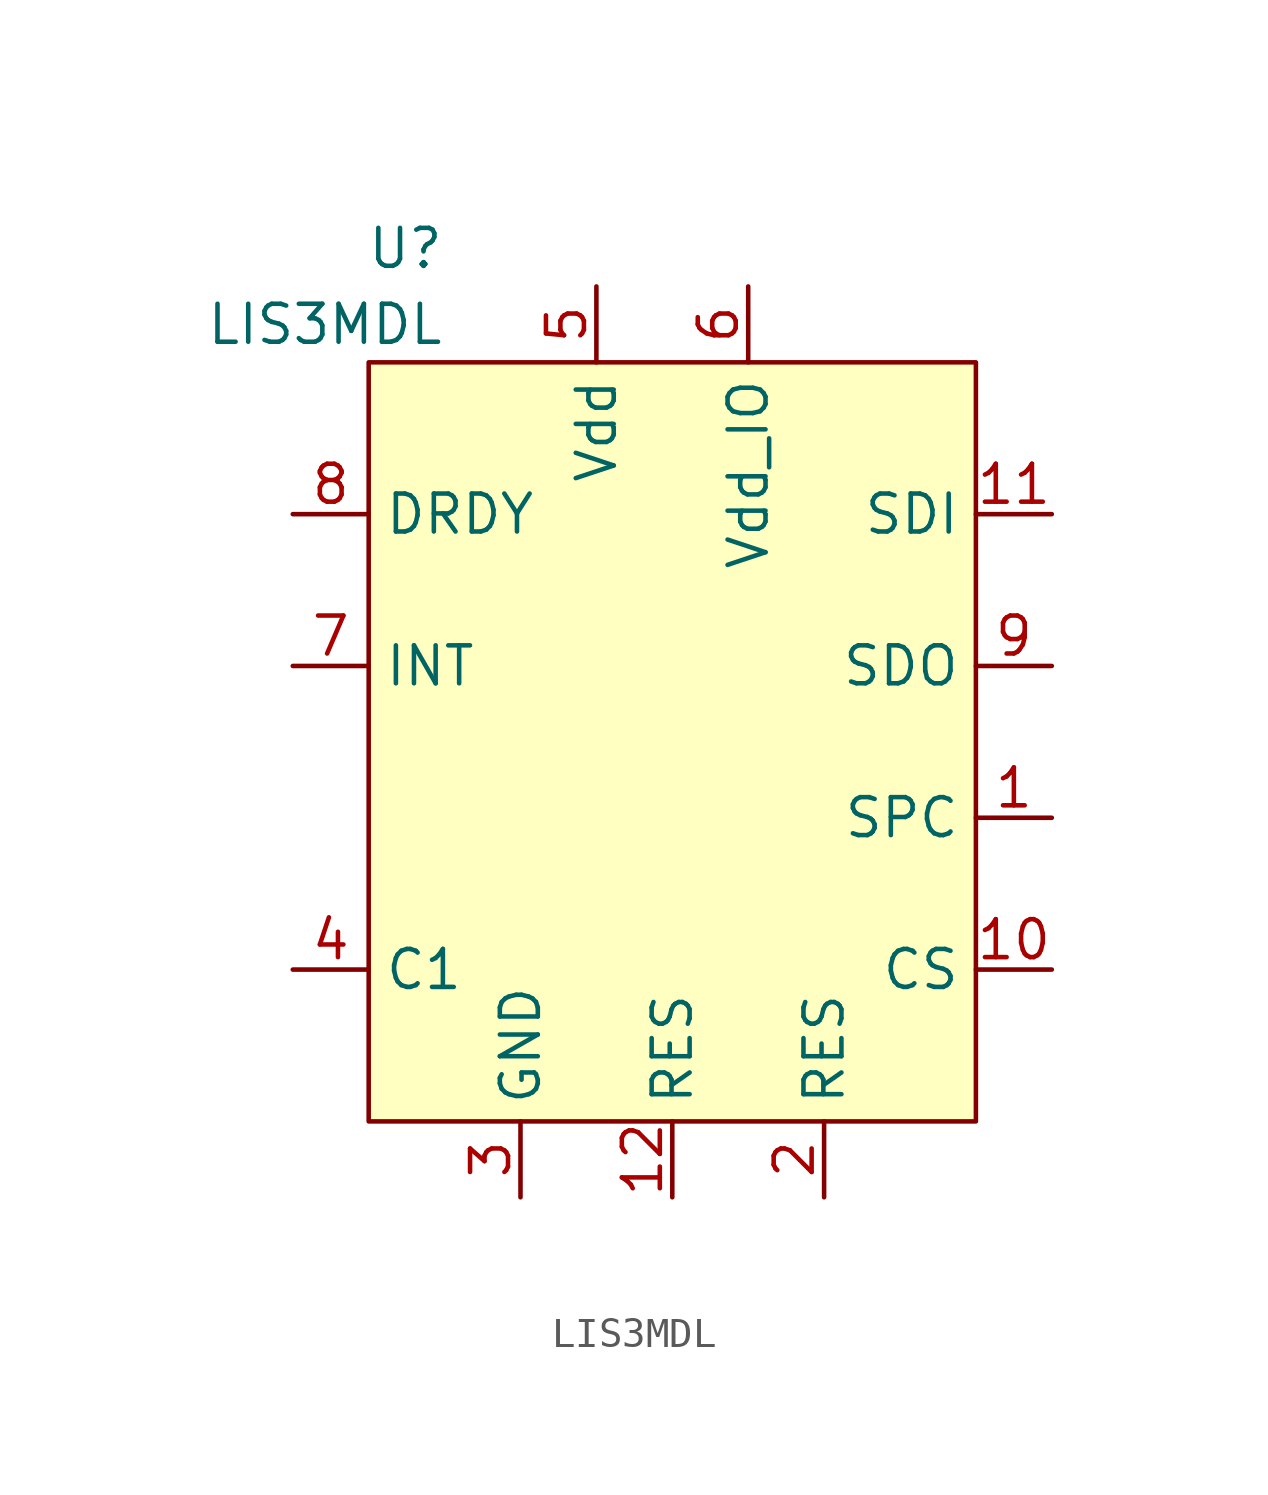
<source format=kicad_sym>
(kicad_symbol_lib
  (version 20220914)
  (generator kicad_symbol_editor)
  (symbol "LIS3MDL"
    (property "Reference" "U"
      (at -7.62 16.51 0)
      (effects (font (size 1.27 1.27)) (justify right)))
    (property "Value" "LIS3MDL"
      (at -7.62 13.97 0)
      (effects (font (size 1.27 1.27)) (justify right)))
    (symbol "LIS3MDL_0_1"
      (rectangle (start -10.16 12.7) (end 10.16 -12.7) (stroke (width 0) (type default)) (fill (type background))))
    (symbol "LIS3MDL_1_1"
      (pin unspecified line (at 12.7 -2.54 180) (length 2.54) (name "SPC" (effects (font (size 1.27 1.27)))) (number "1" (effects (font (size 1.27 1.27)))))
      (pin unspecified line (at 12.7 -7.62 180) (length 2.54) (name "CS" (effects (font (size 1.27 1.27)))) (number "10" (effects (font (size 1.27 1.27)))))
      (pin unspecified line (at 12.7 7.62 180) (length 2.54) (name "SDI" (effects (font (size 1.27 1.27)))) (number "11" (effects (font (size 1.27 1.27)))))
      (pin unspecified line (at 0 -15.24 90) (length 2.54) (name "RES" (effects (font (size 1.27 1.27)))) (number "12" (effects (font (size 1.27 1.27)))))
      (pin unspecified line (at 5.08 -15.24 90) (length 2.54) (name "RES" (effects (font (size 1.27 1.27)))) (number "2" (effects (font (size 1.27 1.27)))))
      (pin unspecified line (at -5.08 -15.24 90) (length 2.54) (name "GND" (effects (font (size 1.27 1.27)))) (number "3" (effects (font (size 1.27 1.27)))))
      (pin unspecified line (at -12.7 -7.62 0) (length 2.54) (name "C1" (effects (font (size 1.27 1.27)))) (number "4" (effects (font (size 1.27 1.27)))))
      (pin unspecified line (at -2.54 15.24 270) (length 2.54) (name "Vdd" (effects (font (size 1.27 1.27)))) (number "5" (effects (font (size 1.27 1.27)))))
      (pin unspecified line (at 2.54 15.24 270) (length 2.54) (name "Vdd_IO" (effects (font (size 1.27 1.27)))) (number "6" (effects (font (size 1.27 1.27)))))
      (pin unspecified line (at -12.7 2.54 0) (length 2.54) (name "INT" (effects (font (size 1.27 1.27)))) (number "7" (effects (font (size 1.27 1.27)))))
      (pin unspecified line (at -12.7 7.62 0) (length 2.54) (name "DRDY" (effects (font (size 1.27 1.27)))) (number "8" (effects (font (size 1.27 1.27)))))
      (pin unspecified line (at 12.7 2.54 180) (length 2.54) (name "SDO" (effects (font (size 1.27 1.27)))) (number "9" (effects (font (size 1.27 1.27))))))))
</source>
